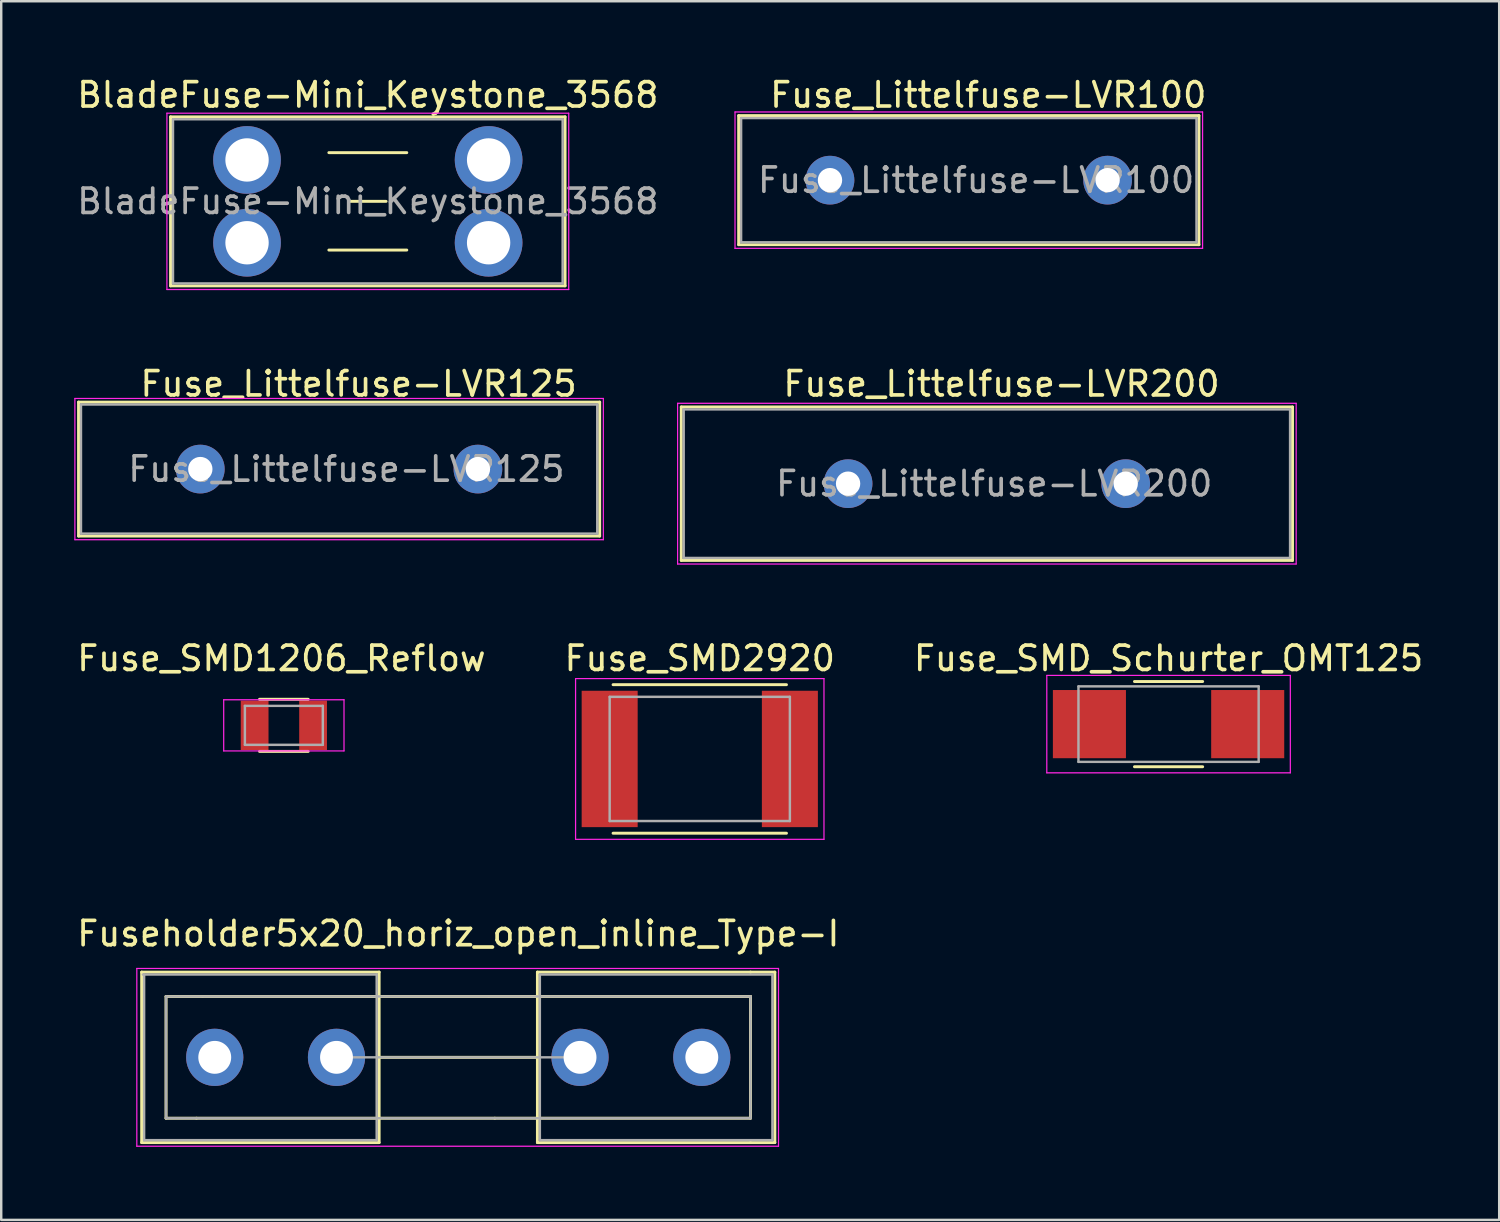
<source format=kicad_pcb>
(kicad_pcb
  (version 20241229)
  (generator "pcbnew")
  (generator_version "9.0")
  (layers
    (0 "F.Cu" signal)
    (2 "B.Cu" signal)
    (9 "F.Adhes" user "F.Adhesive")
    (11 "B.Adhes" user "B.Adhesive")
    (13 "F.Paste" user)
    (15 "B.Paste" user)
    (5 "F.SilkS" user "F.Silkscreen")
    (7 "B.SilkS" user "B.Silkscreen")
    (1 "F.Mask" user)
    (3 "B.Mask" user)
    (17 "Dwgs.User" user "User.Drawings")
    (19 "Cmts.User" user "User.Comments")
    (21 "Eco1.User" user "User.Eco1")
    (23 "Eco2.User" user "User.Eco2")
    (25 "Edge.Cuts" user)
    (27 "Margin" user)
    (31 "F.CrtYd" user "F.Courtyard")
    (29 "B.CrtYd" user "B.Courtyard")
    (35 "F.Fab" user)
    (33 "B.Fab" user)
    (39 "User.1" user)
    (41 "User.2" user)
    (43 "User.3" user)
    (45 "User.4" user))
  (footprint "Fuse_Littelfuse-LVR100"
    (layer "F.Cu")
    (at 31.032 4.348)
    (property "Reference" "Fuse_Littelfuse-LVR100" (at 6.5 -3.5 0) (layer "F.SilkS") (effects (font (size 1 1) (thickness 0.15))))
    (attr through_hole)
    (fp_line (start -3.75 -2.65) (end -3.75 2.65) (stroke (width 0.12) (type solid)) (layer "F.SilkS"))
    (fp_line (start -3.75 -2.65) (end 15.15 -2.65) (stroke (width 0.12) (type solid)) (layer "F.SilkS"))
    (fp_line (start 15.15 2.65) (end -3.75 2.65) (stroke (width 0.12) (type solid)) (layer "F.SilkS"))
    (fp_line (start 15.15 2.65) (end 15.15 -2.65) (stroke (width 0.12) (type solid)) (layer "F.SilkS"))
    (fp_line (start -3.9 -2.8) (end -3.9 2.8) (stroke (width 0.05) (type solid)) (layer "F.CrtYd"))
    (fp_line (start -3.9 -2.8) (end 15.3 -2.8) (stroke (width 0.05) (type solid)) (layer "F.CrtYd"))
    (fp_line (start 15.3 2.8) (end -3.9 2.8) (stroke (width 0.05) (type solid)) (layer "F.CrtYd"))
    (fp_line (start 15.3 2.8) (end 15.3 -2.8) (stroke (width 0.05) (type solid)) (layer "F.CrtYd"))
    (fp_line (start -3.65 -2.55) (end -3.65 2.55) (stroke (width 0.1) (type solid)) (layer "F.Fab"))
    (fp_line (start -3.65 2.55) (end 15.05 2.55) (stroke (width 0.1) (type solid)) (layer "F.Fab"))
    (fp_line (start 15.05 -2.55) (end -3.65 -2.55) (stroke (width 0.1) (type solid)) (layer "F.Fab"))
    (fp_line (start 15.05 2.55) (end 15.05 -2.55) (stroke (width 0.1) (type solid)) (layer "F.Fab"))
    (fp_text user "${REFERENCE}" (at 6 0 0) (layer "F.Fab") (effects (font (size 1 1) (thickness 0.15))))
    (pad "1" thru_hole circle (at 0 0) (size 2 2) (drill 1) (layers "*.Cu" "*.Mask"))
    (pad "2" thru_hole circle (at 11.4 0) (size 2 2) (drill 1) (layers "*.Cu" "*.Mask")))
  (footprint "BladeFuse-Mini_Keystone_3568"
    (layer "F.Cu")
    (at 7.094 3.518)
    (property "Reference" "BladeFuse-Mini_Keystone_3568" (at 4.96 -2.67 0) (layer "F.SilkS") (effects (font (size 1 1) (thickness 0.15))))
    (attr through_hole)
    (fp_line (start -3.14 -1.77) (end -3.14 5.17) (stroke (width 0.12) (type solid)) (layer "F.SilkS"))
    (fp_line (start -3.14 5.17) (end 13.06 5.17) (stroke (width 0.12) (type solid)) (layer "F.SilkS"))
    (fp_line (start 3.36 -0.3) (end 6.56 -0.3) (stroke (width 0.12) (type solid)) (layer "F.SilkS"))
    (fp_line (start 4.21 1.7) (end 5.71 1.7) (stroke (width 0.12) (type solid)) (layer "F.SilkS"))
    (fp_line (start 6.56 3.7) (end 3.36 3.7) (stroke (width 0.12) (type solid)) (layer "F.SilkS"))
    (fp_line (start 13.06 -1.77) (end -3.14 -1.77) (stroke (width 0.12) (type solid)) (layer "F.SilkS"))
    (fp_line (start 13.06 5.17) (end 13.06 -1.77) (stroke (width 0.12) (type solid)) (layer "F.SilkS"))
    (fp_line (start -3.29 -1.92) (end -3.29 5.32) (stroke (width 0.05) (type solid)) (layer "F.CrtYd"))
    (fp_line (start -3.29 5.32) (end 13.21 5.32) (stroke (width 0.05) (type solid)) (layer "F.CrtYd"))
    (fp_line (start 13.21 -1.92) (end -3.29 -1.92) (stroke (width 0.05) (type solid)) (layer "F.CrtYd"))
    (fp_line (start 13.21 5.32) (end 13.21 -1.92) (stroke (width 0.05) (type solid)) (layer "F.CrtYd"))
    (fp_line (start -3.04 -1.67) (end -3.04 5.07) (stroke (width 0.1) (type solid)) (layer "F.Fab"))
    (fp_line (start -3.04 5.07) (end 12.96 5.07) (stroke (width 0.1) (type solid)) (layer "F.Fab"))
    (fp_line (start 12.96 -1.67) (end -3.04 -1.67) (stroke (width 0.1) (type solid)) (layer "F.Fab"))
    (fp_line (start 12.96 5.07) (end 12.96 -1.67) (stroke (width 0.1) (type solid)) (layer "F.Fab"))
    (fp_text user "${REFERENCE}" (at 4.96 1.7 0) (layer "F.Fab") (effects (font (size 1 1) (thickness 0.15))))
    (pad "1" thru_hole circle (at 0 0) (size 2.78 2.78) (drill 1.78) (layers "*.Cu" "*.Mask"))
    (pad "1" thru_hole circle (at 0 3.4) (size 2.78 2.78) (drill 1.78) (layers "*.Cu" "*.Mask"))
    (pad "2" thru_hole circle (at 9.92 0) (size 2.78 2.78) (drill 1.78) (layers "*.Cu" "*.Mask"))
    (pad "2" thru_hole circle (at 9.92 3.4) (size 2.78 2.78) (drill 1.78) (layers "*.Cu" "*.Mask")))
  (footprint "Fuse_SMD2920"
    (layer "F.Cu")
    (at 25.685 28.115)
    (property "Reference" "Fuse_SMD2920" (at 0 -4.13 0) (layer "F.SilkS") (effects (font (size 1 1) (thickness 0.15))))
    (attr smd)
    (fp_line (start -3.56 -3.05) (end 3.56 -3.05) (stroke (width 0.12) (type solid)) (layer "F.SilkS"))
    (fp_line (start -3.56 3.05) (end 3.56 3.05) (stroke (width 0.12) (type solid)) (layer "F.SilkS"))
    (fp_line (start -5.1 -3.3) (end -5.1 3.3) (stroke (width 0.05) (type solid)) (layer "F.CrtYd"))
    (fp_line (start -5.1 -3.3) (end 5.1 -3.3) (stroke (width 0.05) (type solid)) (layer "F.CrtYd"))
    (fp_line (start -5.1 3.3) (end 5.1 3.3) (stroke (width 0.05) (type solid)) (layer "F.CrtYd"))
    (fp_line (start 5.1 -3.3) (end 5.1 3.3) (stroke (width 0.05) (type solid)) (layer "F.CrtYd"))
    (fp_line (start -3.7 -2.55) (end 3.7 -2.55) (stroke (width 0.1) (type solid)) (layer "F.Fab"))
    (fp_line (start -3.7 2.55) (end -3.7 -2.55) (stroke (width 0.1) (type solid)) (layer "F.Fab"))
    (fp_line (start 3.7 -2.55) (end 3.7 2.55) (stroke (width 0.1) (type solid)) (layer "F.Fab"))
    (fp_line (start 3.7 2.55) (end -3.7 2.55) (stroke (width 0.1) (type solid)) (layer "F.Fab"))
    (pad "1" smd rect (at -3.7 0 90) (size 5.6 2.3) (layers "F.Cu" "F.Mask" "F.Paste"))
    (pad "2" smd rect (at 3.7 0 90) (size 5.6 2.3) (layers "F.Cu" "F.Mask" "F.Paste")))
  (footprint "Fuse_Littelfuse-LVR125"
    (layer "F.Cu")
    (at 5.175 16.212)
    (property "Reference" "Fuse_Littelfuse-LVR125" (at 6.5 -3.5 0) (layer "F.SilkS") (effects (font (size 1 1) (thickness 0.15))))
    (attr through_hole)
    (fp_line (start -5 -2.75) (end -5 2.75) (stroke (width 0.12) (type solid)) (layer "F.SilkS"))
    (fp_line (start -5 -2.75) (end 16.4 -2.75) (stroke (width 0.12) (type solid)) (layer "F.SilkS"))
    (fp_line (start 16.4 2.75) (end -5 2.75) (stroke (width 0.12) (type solid)) (layer "F.SilkS"))
    (fp_line (start 16.4 2.75) (end 16.4 -2.75) (stroke (width 0.12) (type solid)) (layer "F.SilkS"))
    (fp_line (start -5.15 -2.9) (end -5.15 2.9) (stroke (width 0.05) (type solid)) (layer "F.CrtYd"))
    (fp_line (start -5.15 -2.9) (end 16.55 -2.9) (stroke (width 0.05) (type solid)) (layer "F.CrtYd"))
    (fp_line (start 16.55 2.9) (end -5.15 2.9) (stroke (width 0.05) (type solid)) (layer "F.CrtYd"))
    (fp_line (start 16.55 2.9) (end 16.55 -2.9) (stroke (width 0.05) (type solid)) (layer "F.CrtYd"))
    (fp_line (start -4.9 -2.65) (end -4.9 2.65) (stroke (width 0.1) (type solid)) (layer "F.Fab"))
    (fp_line (start -4.9 2.65) (end 16.3 2.65) (stroke (width 0.1) (type solid)) (layer "F.Fab"))
    (fp_line (start 16.3 -2.65) (end -4.9 -2.65) (stroke (width 0.1) (type solid)) (layer "F.Fab"))
    (fp_line (start 16.3 2.65) (end 16.3 -2.65) (stroke (width 0.1) (type solid)) (layer "F.Fab"))
    (fp_text user "${REFERENCE}" (at 6 0 0) (layer "F.Fab") (effects (font (size 1 1) (thickness 0.15))))
    (pad "1" thru_hole circle (at 0 0) (size 2 2) (drill 1) (layers "*.Cu" "*.Mask"))
    (pad "2" thru_hole circle (at 11.4 0) (size 2 2) (drill 1) (layers "*.Cu" "*.Mask")))
  (footprint "Fuse_Littelfuse-LVR200"
    (layer "F.Cu")
    (at 31.775 16.811)
    (property "Reference" "Fuse_Littelfuse-LVR200" (at 6.3 -4.1 0) (layer "F.SilkS") (effects (font (size 1 1) (thickness 0.15))))
    (attr through_hole)
    (fp_line (start -6.85 -3.15) (end -6.85 3.15) (stroke (width 0.12) (type solid)) (layer "F.SilkS"))
    (fp_line (start -6.85 -3.15) (end 18.25 -3.15) (stroke (width 0.12) (type solid)) (layer "F.SilkS"))
    (fp_line (start 18.25 3.15) (end -6.85 3.15) (stroke (width 0.12) (type solid)) (layer "F.SilkS"))
    (fp_line (start 18.25 3.15) (end 18.25 -3.15) (stroke (width 0.12) (type solid)) (layer "F.SilkS"))
    (fp_line (start -7 -3.3) (end -7 3.3) (stroke (width 0.05) (type solid)) (layer "F.CrtYd"))
    (fp_line (start -7 -3.3) (end 18.4 -3.3) (stroke (width 0.05) (type solid)) (layer "F.CrtYd"))
    (fp_line (start 18.4 3.3) (end -7 3.3) (stroke (width 0.05) (type solid)) (layer "F.CrtYd"))
    (fp_line (start 18.4 3.3) (end 18.4 -3.3) (stroke (width 0.05) (type solid)) (layer "F.CrtYd"))
    (fp_line (start -6.75 -3.05) (end -6.75 3.05) (stroke (width 0.1) (type solid)) (layer "F.Fab"))
    (fp_line (start -6.75 3.05) (end 18.15 3.05) (stroke (width 0.1) (type solid)) (layer "F.Fab"))
    (fp_line (start 18.15 -3.05) (end -6.75 -3.05) (stroke (width 0.1) (type solid)) (layer "F.Fab"))
    (fp_line (start 18.15 3.05) (end 18.15 -3.05) (stroke (width 0.1) (type solid)) (layer "F.Fab"))
    (fp_text user "${REFERENCE}" (at 6 0 0) (layer "F.Fab") (effects (font (size 1 1) (thickness 0.15))))
    (pad "1" thru_hole circle (at 0 0) (size 2 2) (drill 1) (layers "*.Cu" "*.Mask"))
    (pad "2" thru_hole circle (at 11.4 0) (size 2 2) (drill 1) (layers "*.Cu" "*.Mask")))
  (footprint "Fuse_SMD_Schurter_OMT125"
    (layer "F.Cu")
    (at 44.935 26.685)
    (property "Reference" "Fuse_SMD_Schurter_OMT125" (at 0 -2.7 0) (layer "F.SilkS") (effects (font (size 1 1) (thickness 0.15))))
    (attr smd)
    (fp_line (start -1.4 -1.75) (end 1.4 -1.75) (stroke (width 0.12) (type solid)) (layer "F.SilkS"))
    (fp_line (start -1.4 1.75) (end 1.4 1.75) (stroke (width 0.12) (type solid)) (layer "F.SilkS"))
    (fp_line (start -5 -2) (end -5 2) (stroke (width 0.05) (type solid)) (layer "F.CrtYd"))
    (fp_line (start -5 2) (end 5 2) (stroke (width 0.05) (type solid)) (layer "F.CrtYd"))
    (fp_line (start 5 -2) (end -5 -2) (stroke (width 0.05) (type solid)) (layer "F.CrtYd"))
    (fp_line (start 5 -2) (end 5 2) (stroke (width 0.05) (type solid)) (layer "F.CrtYd"))
    (fp_line (start -3.7 -1.55) (end -3.7 1.55) (stroke (width 0.1) (type solid)) (layer "F.Fab"))
    (fp_line (start -3.7 1.55) (end 3.7 1.55) (stroke (width 0.1) (type solid)) (layer "F.Fab"))
    (fp_line (start 3.7 -1.55) (end -3.7 -1.55) (stroke (width 0.1) (type solid)) (layer "F.Fab"))
    (fp_line (start 3.7 1.55) (end 3.7 -1.55) (stroke (width 0.1) (type solid)) (layer "F.Fab"))
    (pad "1" smd rect (at -3.25 0) (size 3 2.8) (layers "F.Cu" "F.Mask" "F.Paste"))
    (pad "2" smd rect (at 3.25 0) (size 3 2.8) (layers "F.Cu" "F.Mask" "F.Paste")))
  (footprint "Fuse_SMD1206_Reflow"
    (layer "F.Cu")
    (at 8.606 26.735)
    (property "Reference" "Fuse_SMD1206_Reflow" (at -0.1 -2.75 0) (layer "F.SilkS") (effects (font (size 1 1) (thickness 0.15))))
    (attr smd)
    (fp_line (start -1 -1.07) (end 1 -1.07) (stroke (width 0.12) (type solid)) (layer "F.SilkS"))
    (fp_line (start 1 1.07) (end -1 1.07) (stroke (width 0.12) (type solid)) (layer "F.SilkS"))
    (fp_line (start -2.47 -1.05) (end -2.47 1.05) (stroke (width 0.05) (type solid)) (layer "F.CrtYd"))
    (fp_line (start -2.47 -1.05) (end 2.47 -1.05) (stroke (width 0.05) (type solid)) (layer "F.CrtYd"))
    (fp_line (start 2.47 1.05) (end -2.47 1.05) (stroke (width 0.05) (type solid)) (layer "F.CrtYd"))
    (fp_line (start 2.47 1.05) (end 2.47 -1.05) (stroke (width 0.05) (type solid)) (layer "F.CrtYd"))
    (fp_line (start -1.6 -0.8) (end 1.6 -0.8) (stroke (width 0.1) (type solid)) (layer "F.Fab"))
    (fp_line (start -1.6 0.8) (end -1.6 -0.8) (stroke (width 0.1) (type solid)) (layer "F.Fab"))
    (fp_line (start 1.6 -0.8) (end 1.6 0.8) (stroke (width 0.1) (type solid)) (layer "F.Fab"))
    (fp_line (start 1.6 0.8) (end -1.6 0.8) (stroke (width 0.1) (type solid)) (layer "F.Fab"))
    (pad "1" smd rect (at -1.2 0 90) (size 2.03 1.14) (layers "F.Cu" "F.Mask" "F.Paste"))
    (pad "2" smd rect (at 1.2 0 90) (size 2.03 1.14) (layers "F.Cu" "F.Mask" "F.Paste")))
  (footprint "Fuseholder5x20_horiz_open_inline_Type-I"
    (layer "F.Cu")
    (at 5.768 40.368)
    (property "Reference" "Fuseholder5x20_horiz_open_inline_Type-I" (at 10 -5.08 0) (layer "F.SilkS") (effects (font (size 1 1) (thickness 0.15))))
    (attr through_hole)
    (fp_line (start -3 -3.5) (end -3 3.5) (stroke (width 0.12) (type solid)) (layer "F.SilkS"))
    (fp_line (start -2 -2.5) (end -2 2.5) (stroke (width 0.12) (type solid)) (layer "F.SilkS"))
    (fp_line (start -0.75 2.5) (end -2 2.5) (stroke (width 0.12) (type solid)) (layer "F.SilkS"))
    (fp_line (start -0.5 -2.5) (end -2 -2.5) (stroke (width 0.12) (type solid)) (layer "F.SilkS"))
    (fp_line (start 6.75 -3.5) (end -3 -3.5) (stroke (width 0.12) (type solid)) (layer "F.SilkS"))
    (fp_line (start 6.75 -3.5) (end 6.75 3.5) (stroke (width 0.12) (type solid)) (layer "F.SilkS"))
    (fp_line (start 6.75 3.5) (end -3 3.5) (stroke (width 0.12) (type solid)) (layer "F.SilkS"))
    (fp_line (start 11.25 -2.5) (end -0.5 -2.5) (stroke (width 0.12) (type solid)) (layer "F.SilkS"))
    (fp_line (start 11.5 2.5) (end -0.75 2.5) (stroke (width 0.12) (type solid)) (layer "F.SilkS"))
    (fp_line (start 13.25 -3.5) (end 13.25 3.5) (stroke (width 0.12) (type solid)) (layer "F.SilkS"))
    (fp_line (start 13.25 0) (end 6.75 0) (stroke (width 0.12) (type solid)) (layer "F.SilkS"))
    (fp_line (start 22 -3.5) (end 13.25 -3.5) (stroke (width 0.12) (type solid)) (layer "F.SilkS"))
    (fp_line (start 22 -2.5) (end 11.25 -2.5) (stroke (width 0.12) (type solid)) (layer "F.SilkS"))
    (fp_line (start 22 -2.5) (end 22 2.5) (stroke (width 0.12) (type solid)) (layer "F.SilkS"))
    (fp_line (start 22 2.5) (end 11.5 2.5) (stroke (width 0.12) (type solid)) (layer "F.SilkS"))
    (fp_line (start 22 3.5) (end 13.25 3.5) (stroke (width 0.12) (type solid)) (layer "F.SilkS"))
    (fp_line (start 23 -3.5) (end 22 -3.5) (stroke (width 0.12) (type solid)) (layer "F.SilkS"))
    (fp_line (start 23 -3.5) (end 23 3.5) (stroke (width 0.12) (type solid)) (layer "F.SilkS"))
    (fp_line (start 23 3.5) (end 22 3.5) (stroke (width 0.12) (type solid)) (layer "F.SilkS"))
    (fp_line (start -3.2 -3.65) (end -3.2 3.65) (stroke (width 0.05) (type solid)) (layer "F.CrtYd"))
    (fp_line (start -3.2 -3.65) (end 23.15 -3.65) (stroke (width 0.05) (type solid)) (layer "F.CrtYd"))
    (fp_line (start 23.15 3.65) (end -3.2 3.65) (stroke (width 0.05) (type solid)) (layer "F.CrtYd"))
    (fp_line (start 23.15 3.65) (end 23.15 -3.65) (stroke (width 0.05) (type solid)) (layer "F.CrtYd"))
    (fp_line (start -2.95 -3.4) (end 6.65 -3.4) (stroke (width 0.1) (type solid)) (layer "F.Fab"))
    (fp_line (start -2.9 3.4) (end -2.9 -3.4) (stroke (width 0.1) (type solid)) (layer "F.Fab"))
    (fp_line (start -2 -2.5) (end 22 -2.5) (stroke (width 0.1) (type solid)) (layer "F.Fab"))
    (fp_line (start -2 2.5) (end -2 -2.5) (stroke (width 0.1) (type solid)) (layer "F.Fab"))
    (fp_line (start 5 0) (end 15 0) (stroke (width 0.1) (type solid)) (layer "F.Fab"))
    (fp_line (start 6.65 -3.4) (end 6.65 3.4) (stroke (width 0.1) (type solid)) (layer "F.Fab"))
    (fp_line (start 6.65 3.4) (end -2.9 3.4) (stroke (width 0.1) (type solid)) (layer "F.Fab"))
    (fp_line (start 13.35 -3.4) (end 13.35 3.4) (stroke (width 0.1) (type solid)) (layer "F.Fab"))
    (fp_line (start 13.35 3.4) (end 22.9 3.4) (stroke (width 0.1) (type solid)) (layer "F.Fab"))
    (fp_line (start 22 -2.5) (end 22 2.5) (stroke (width 0.1) (type solid)) (layer "F.Fab"))
    (fp_line (start 22 2.5) (end -2 2.5) (stroke (width 0.1) (type solid)) (layer "F.Fab"))
    (fp_line (start 22.9 -3.4) (end 13.35 -3.4) (stroke (width 0.1) (type solid)) (layer "F.Fab"))
    (fp_line (start 22.9 3.4) (end 22.9 -3.4) (stroke (width 0.1) (type solid)) (layer "F.Fab"))
    (pad "1" thru_hole circle (at 0 0) (size 2.35 2.35) (drill 1.35) (layers "*.Cu" "*.Mask"))
    (pad "1" thru_hole circle (at 5 0) (size 2.35 2.35) (drill 1.35) (layers "*.Cu" "*.Mask"))
    (pad "2" thru_hole circle (at 15 0) (size 2.35 2.35) (drill 1.35) (layers "*.Cu" "*.Mask"))
    (pad "2" thru_hole circle (at 20 0) (size 2.35 2.35) (drill 1.35) (layers "*.Cu" "*.Mask")))
  (gr_rect
    (start -3 -3)
    (end 58.512 47.043)
    (stroke (width 0.1) (type default))
    (fill no)
    (layer "Edge.Cuts")))
</source>
